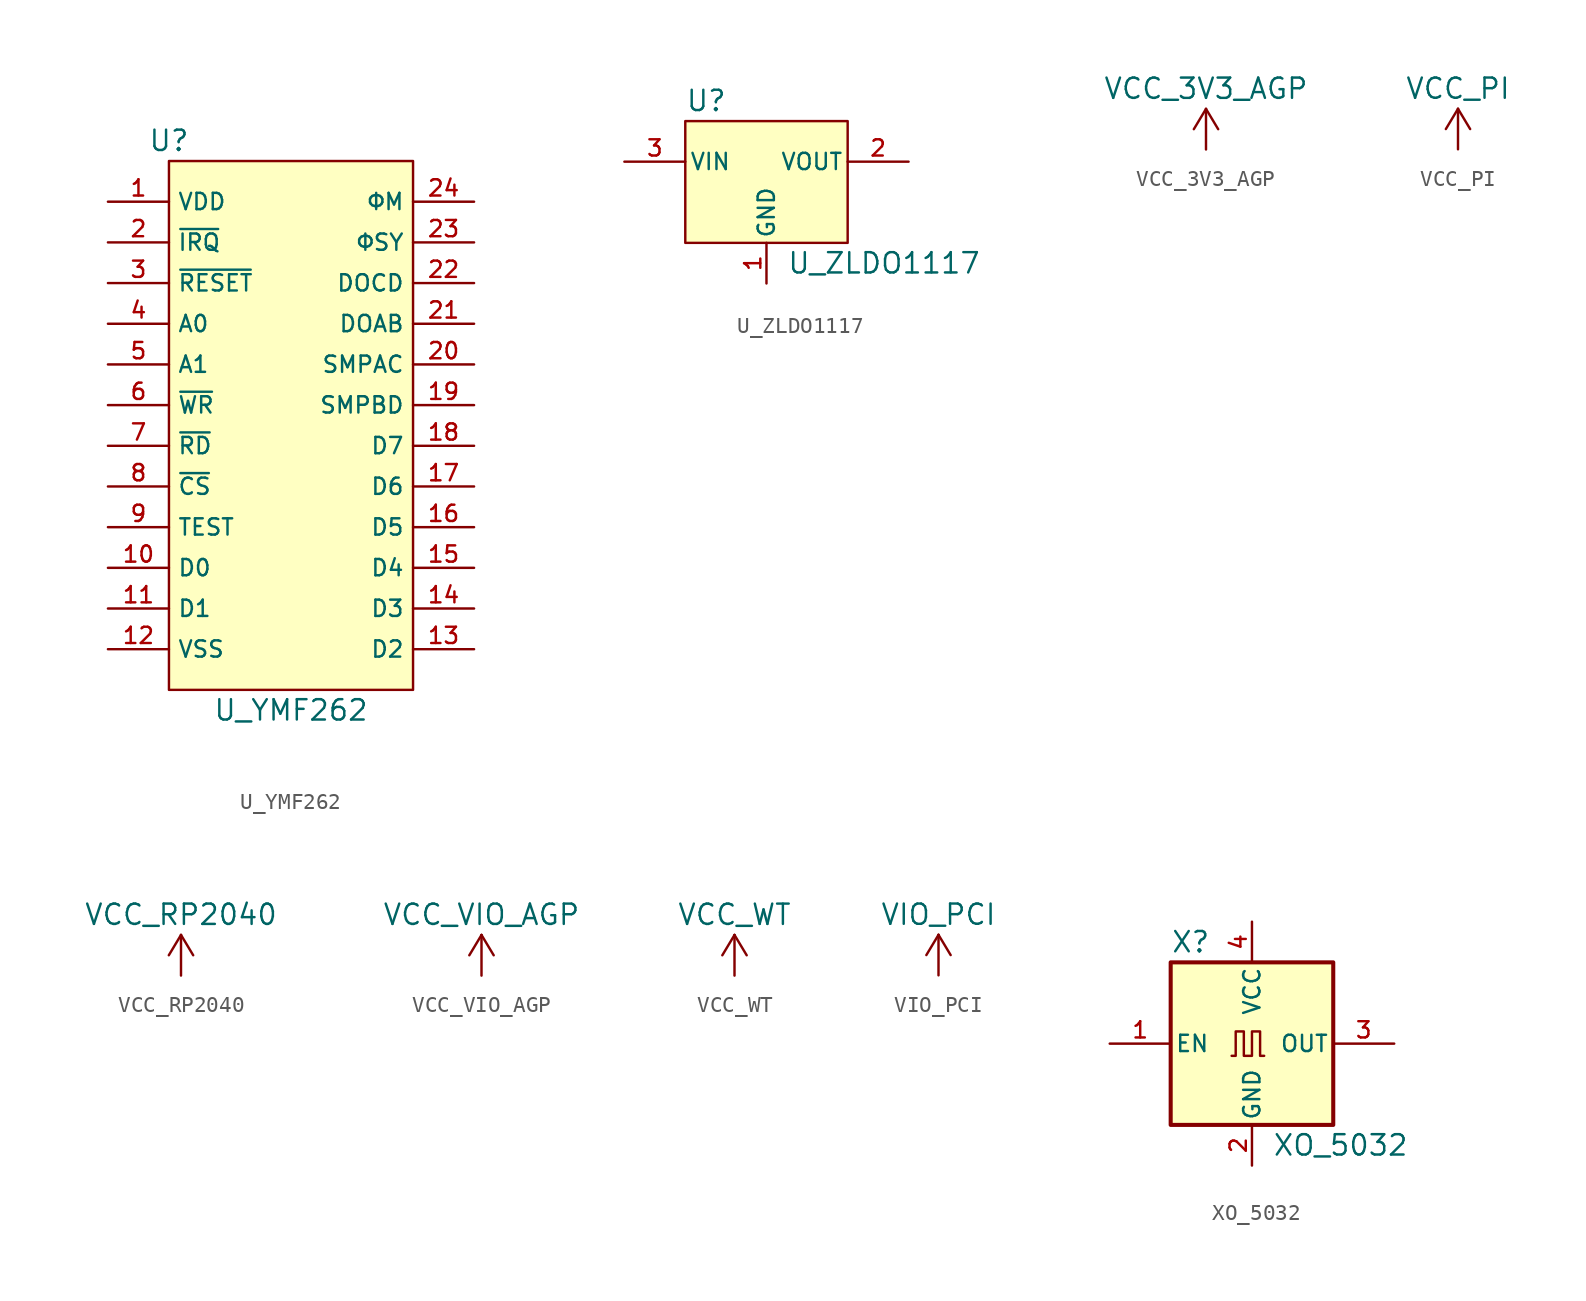
<source format=kicad_sym>
(kicad_symbol_lib
  (version 20220914)
  (generator kicad_symbol_editor)
  (symbol "U_YMF262"
    (property "Reference" "U"
      (at -7.62 17.78 0)
      (effects (font (size 1.27 1.27))))
    (property "Value" "U_YMF262"
      (at 0 -17.78 0)
      (effects (font (size 1.27 1.27))))
    (symbol "U_YMF262_1_1"
      (rectangle (start -7.62 16.51) (end 7.62 -16.51) (stroke (width 0) (type default)) (fill (type background)))
      (pin power_in line (at -11.43 13.97 0) (length 3.81) (name "VDD" (effects (font (size 1.016 1.016)))) (number "1" (effects (font (size 1.016 1.016)))))
      (pin bidirectional line (at -11.43 -8.89 0) (length 3.81) (name "D0" (effects (font (size 1.016 1.016)))) (number "10" (effects (font (size 1.016 1.016)))))
      (pin bidirectional line (at -11.43 -11.43 0) (length 3.81) (name "D1" (effects (font (size 1.016 1.016)))) (number "11" (effects (font (size 1.016 1.016)))))
      (pin power_in line (at -11.43 -13.97 0) (length 3.81) (name "VSS" (effects (font (size 1.016 1.016)))) (number "12" (effects (font (size 1.016 1.016)))))
      (pin bidirectional line (at 11.43 -13.97 180) (length 3.81) (name "D2" (effects (font (size 1.016 1.016)))) (number "13" (effects (font (size 1.016 1.016)))))
      (pin bidirectional line (at 11.43 -11.43 180) (length 3.81) (name "D3" (effects (font (size 1.016 1.016)))) (number "14" (effects (font (size 1.016 1.016)))))
      (pin bidirectional line (at 11.43 -8.89 180) (length 3.81) (name "D4" (effects (font (size 1.016 1.016)))) (number "15" (effects (font (size 1.016 1.016)))))
      (pin bidirectional line (at 11.43 -6.35 180) (length 3.81) (name "D5" (effects (font (size 1.016 1.016)))) (number "16" (effects (font (size 1.016 1.016)))))
      (pin bidirectional line (at 11.43 -3.81 180) (length 3.81) (name "D6" (effects (font (size 1.016 1.016)))) (number "17" (effects (font (size 1.016 1.016)))))
      (pin bidirectional line (at 11.43 -1.27 180) (length 3.81) (name "D7" (effects (font (size 1.016 1.016)))) (number "18" (effects (font (size 1.016 1.016)))))
      (pin output line (at 11.43 1.27 180) (length 3.81) (name "SMPBD" (effects (font (size 1.016 1.016)))) (number "19" (effects (font (size 1.016 1.016)))))
      (pin output line (at -11.43 11.43 0) (length 3.81) (name "~{IRQ}" (effects (font (size 1.016 1.016)))) (number "2" (effects (font (size 1.016 1.016)))))
      (pin output line (at 11.43 3.81 180) (length 3.81) (name "SMPAC" (effects (font (size 1.016 1.016)))) (number "20" (effects (font (size 1.016 1.016)))))
      (pin output line (at 11.43 6.35 180) (length 3.81) (name "DOAB" (effects (font (size 1.016 1.016)))) (number "21" (effects (font (size 1.016 1.016)))))
      (pin output line (at 11.43 8.89 180) (length 3.81) (name "DOCD" (effects (font (size 1.016 1.016)))) (number "22" (effects (font (size 1.016 1.016)))))
      (pin output line (at 11.43 11.43 180) (length 3.81) (name "ΦSY" (effects (font (size 1.016 1.016)))) (number "23" (effects (font (size 1.016 1.016)))))
      (pin input line (at 11.43 13.97 180) (length 3.81) (name "ΦM" (effects (font (size 1.016 1.016)))) (number "24" (effects (font (size 1.016 1.016)))))
      (pin input line (at -11.43 8.89 0) (length 3.81) (name "~{RESET}" (effects (font (size 1.016 1.016)))) (number "3" (effects (font (size 1.016 1.016)))))
      (pin input line (at -11.43 6.35 0) (length 3.81) (name "A0" (effects (font (size 1.016 1.016)))) (number "4" (effects (font (size 1.016 1.016)))))
      (pin input line (at -11.43 3.81 0) (length 3.81) (name "A1" (effects (font (size 1.016 1.016)))) (number "5" (effects (font (size 1.016 1.016)))))
      (pin input line (at -11.43 1.27 0) (length 3.81) (name "~{WR}" (effects (font (size 1.016 1.016)))) (number "6" (effects (font (size 1.016 1.016)))))
      (pin input line (at -11.43 -1.27 0) (length 3.81) (name "~{RD}" (effects (font (size 1.016 1.016)))) (number "7" (effects (font (size 1.016 1.016)))))
      (pin input line (at -11.43 -3.81 0) (length 3.81) (name "~{CS}" (effects (font (size 1.016 1.016)))) (number "8" (effects (font (size 1.016 1.016)))))
      (pin output line (at -11.43 -6.35 0) (length 3.81) (name "TEST" (effects (font (size 1.016 1.016)))) (number "9" (effects (font (size 1.016 1.016)))))))
  (symbol "U_ZLDO1117"
    (pin_names
      (offset 0.254))
    (property "Reference" "U"
      (at -5.08 3.81 0)
      (effects (font (size 1.27 1.27)) (justify left)))
    (property "Value" "U_ZLDO1117"
      (at 1.27 -6.35 0)
      (effects (font (size 1.27 1.27)) (justify left)))
    (symbol "U_ZLDO1117_1_1"
      (rectangle (start -5.08 2.54) (end 5.08 -5.08) (stroke (width 0) (type default)) (fill (type background)))
      (pin power_in line (at 0 -7.62 90) (length 2.54) (name "GND" (effects (font (size 1.016 1.016)))) (number "1" (effects (font (size 1.016 1.016)))))
      (pin power_out line (at 8.89 0 180) (length 3.81) (name "VOUT" (effects (font (size 1.016 1.016)))) (number "2" (effects (font (size 1.016 1.016)))))
      (pin power_in line (at -8.89 0 0) (length 3.81) (name "VIN" (effects (font (size 1.016 1.016)))) (number "3" (effects (font (size 1.016 1.016)))))))
  (symbol "VCC_3V3_AGP"
    (power)
    (pin_names
      (offset 0))
    (property "Reference" "#PWR"
      (at 0 -1.27 0)
      (effects (font (size 1.27 1.27)) hide))
    (property "Value" "VCC_3V3_AGP"
      (at 0 3.81 0)
      (effects (font (size 1.27 1.27))))
    (symbol "VCC_3V3_AGP_1_1"
      (polyline (pts (xy -0.762 1.27) (xy 0 2.54)) (stroke (width 0) (type default)) (fill (type none)))
      (polyline (pts (xy 0 0) (xy 0 2.54)) (stroke (width 0) (type default)) (fill (type none)))
      (polyline (pts (xy 0 2.54) (xy 0.762 1.27)) (stroke (width 0) (type default)) (fill (type none)))
      (pin power_in line (at 0 0 90) (length 0) hide (name "VCC_3V3_AGP" (effects (font (size 1.27 1.27)))) (number "1" (effects (font (size 1.27 1.27)))))))
  (symbol "VCC_PI"
    (power)
    (pin_names
      (offset 0))
    (property "Reference" "#PWR"
      (at 0 -2.54 0)
      (effects (font (size 1.016 1.016)) hide))
    (property "Value" "VCC_PI"
      (at 0 3.81 0)
      (effects (font (size 1.27 1.27))))
    (symbol "VCC_PI_1_1"
      (polyline (pts (xy -0.762 1.27) (xy 0 2.54)) (stroke (width 0) (type default)) (fill (type none)))
      (polyline (pts (xy 0 0) (xy 0 2.54)) (stroke (width 0) (type default)) (fill (type none)))
      (polyline (pts (xy 0 2.54) (xy 0.762 1.27)) (stroke (width 0) (type default)) (fill (type none)))
      (pin power_in line (at 0 0 90) (length 0) hide (name "VCC_PI" (effects (font (size 1.27 1.27)))) (number "1" (effects (font (size 1.27 1.27)))))))
  (symbol "VCC_RP2040"
    (power)
    (pin_names
      (offset 0))
    (property "Reference" "#PWR"
      (at 0 -2.54 0)
      (effects (font (size 1.016 1.016)) hide))
    (property "Value" "VCC_RP2040"
      (at 0 3.81 0)
      (effects (font (size 1.27 1.27))))
    (symbol "VCC_RP2040_1_1"
      (polyline (pts (xy -0.762 1.27) (xy 0 2.54)) (stroke (width 0) (type default)) (fill (type none)))
      (polyline (pts (xy 0 0) (xy 0 2.54)) (stroke (width 0) (type default)) (fill (type none)))
      (polyline (pts (xy 0 2.54) (xy 0.762 1.27)) (stroke (width 0) (type default)) (fill (type none)))
      (pin power_in line (at 0 0 90) (length 0) hide (name "VCC_RP2040" (effects (font (size 1.27 1.27)))) (number "1" (effects (font (size 1.27 1.27)))))))
  (symbol "VCC_VIO_AGP"
    (power)
    (pin_names
      (offset 0))
    (property "Reference" "#PWR"
      (at 0 -1.27 0)
      (effects (font (size 1.27 1.27)) hide))
    (property "Value" "VCC_VIO_AGP"
      (at 0 3.81 0)
      (effects (font (size 1.27 1.27))))
    (symbol "VCC_VIO_AGP_1_1"
      (polyline (pts (xy -0.762 1.27) (xy 0 2.54)) (stroke (width 0) (type default)) (fill (type none)))
      (polyline (pts (xy 0 0) (xy 0 2.54)) (stroke (width 0) (type default)) (fill (type none)))
      (polyline (pts (xy 0 2.54) (xy 0.762 1.27)) (stroke (width 0) (type default)) (fill (type none)))
      (pin power_in line (at 0 0 90) (length 0) hide (name "VCC_VIO_AGP" (effects (font (size 1.27 1.27)))) (number "1" (effects (font (size 1.27 1.27)))))))
  (symbol "VCC_WT"
    (power)
    (pin_names
      (offset 0))
    (property "Reference" "#PWR"
      (at 0 -2.54 0)
      (effects (font (size 1.016 1.016)) hide))
    (property "Value" "VCC_WT"
      (at 0 3.81 0)
      (effects (font (size 1.27 1.27))))
    (symbol "VCC_WT_1_1"
      (polyline (pts (xy -0.762 1.27) (xy 0 2.54)) (stroke (width 0) (type default)) (fill (type none)))
      (polyline (pts (xy 0 0) (xy 0 2.54)) (stroke (width 0) (type default)) (fill (type none)))
      (polyline (pts (xy 0 2.54) (xy 0.762 1.27)) (stroke (width 0) (type default)) (fill (type none)))
      (pin power_in line (at 0 0 90) (length 0) hide (name "VCC_WT" (effects (font (size 1.27 1.27)))) (number "1" (effects (font (size 1.27 1.27)))))))
  (symbol "VIO_PCI"
    (power)
    (pin_names
      (offset 0))
    (property "Reference" "#PWR"
      (at 0 -1.27 0)
      (effects (font (size 1.27 1.27)) hide))
    (property "Value" "VIO_PCI"
      (at 0 3.81 0)
      (effects (font (size 1.27 1.27))))
    (symbol "VIO_PCI_1_1"
      (polyline (pts (xy -0.762 1.27) (xy 0 2.54)) (stroke (width 0) (type default)) (fill (type none)))
      (polyline (pts (xy 0 0) (xy 0 2.54)) (stroke (width 0) (type default)) (fill (type none)))
      (polyline (pts (xy 0 2.54) (xy 0.762 1.27)) (stroke (width 0) (type default)) (fill (type none)))
      (pin power_in line (at 0 0 90) (length 0) hide (name "VIO_PCI" (effects (font (size 1.27 1.27)))) (number "1" (effects (font (size 1.27 1.27)))))))
  (symbol "XO_5032"
    (pin_names
      (offset 0.254))
    (property "Reference" "X"
      (at -5.08 6.35 0)
      (effects (font (size 1.27 1.27)) (justify left)))
    (property "Value" "XO_5032"
      (at 1.27 -6.35 0)
      (effects (font (size 1.27 1.27)) (justify left)))
    (symbol "XO_5032_0_1"
      (rectangle (start -5.08 5.08) (end 5.08 -5.08) (stroke (width 0.254) (type default)) (fill (type background)))
      (polyline (pts (xy -1.27 -0.762) (xy -1.016 -0.762) (xy -1.016 0.762) (xy -0.508 0.762) (xy -0.508 -0.762) (xy 0 -0.762) (xy 0 0.762) (xy 0.508 0.762) (xy 0.508 -0.762) (xy 0.762 -0.762)) (stroke (width 0) (type default)) (fill (type none))))
    (symbol "XO_5032_1_1"
      (pin input line (at -8.89 0 0) (length 3.81) (name "EN" (effects (font (size 1.016 1.016)))) (number "1" (effects (font (size 1.016 1.016)))))
      (pin power_in line (at 0 -7.62 90) (length 2.54) (name "GND" (effects (font (size 1.016 1.016)))) (number "2" (effects (font (size 1.016 1.016)))))
      (pin output line (at 8.89 0 180) (length 3.81) (name "OUT" (effects (font (size 1.016 1.016)))) (number "3" (effects (font (size 1.016 1.016)))))
      (pin power_in line (at 0 7.62 270) (length 2.54) (name "VCC" (effects (font (size 1.016 1.016)))) (number "4" (effects (font (size 1.016 1.016))))))))
</source>
